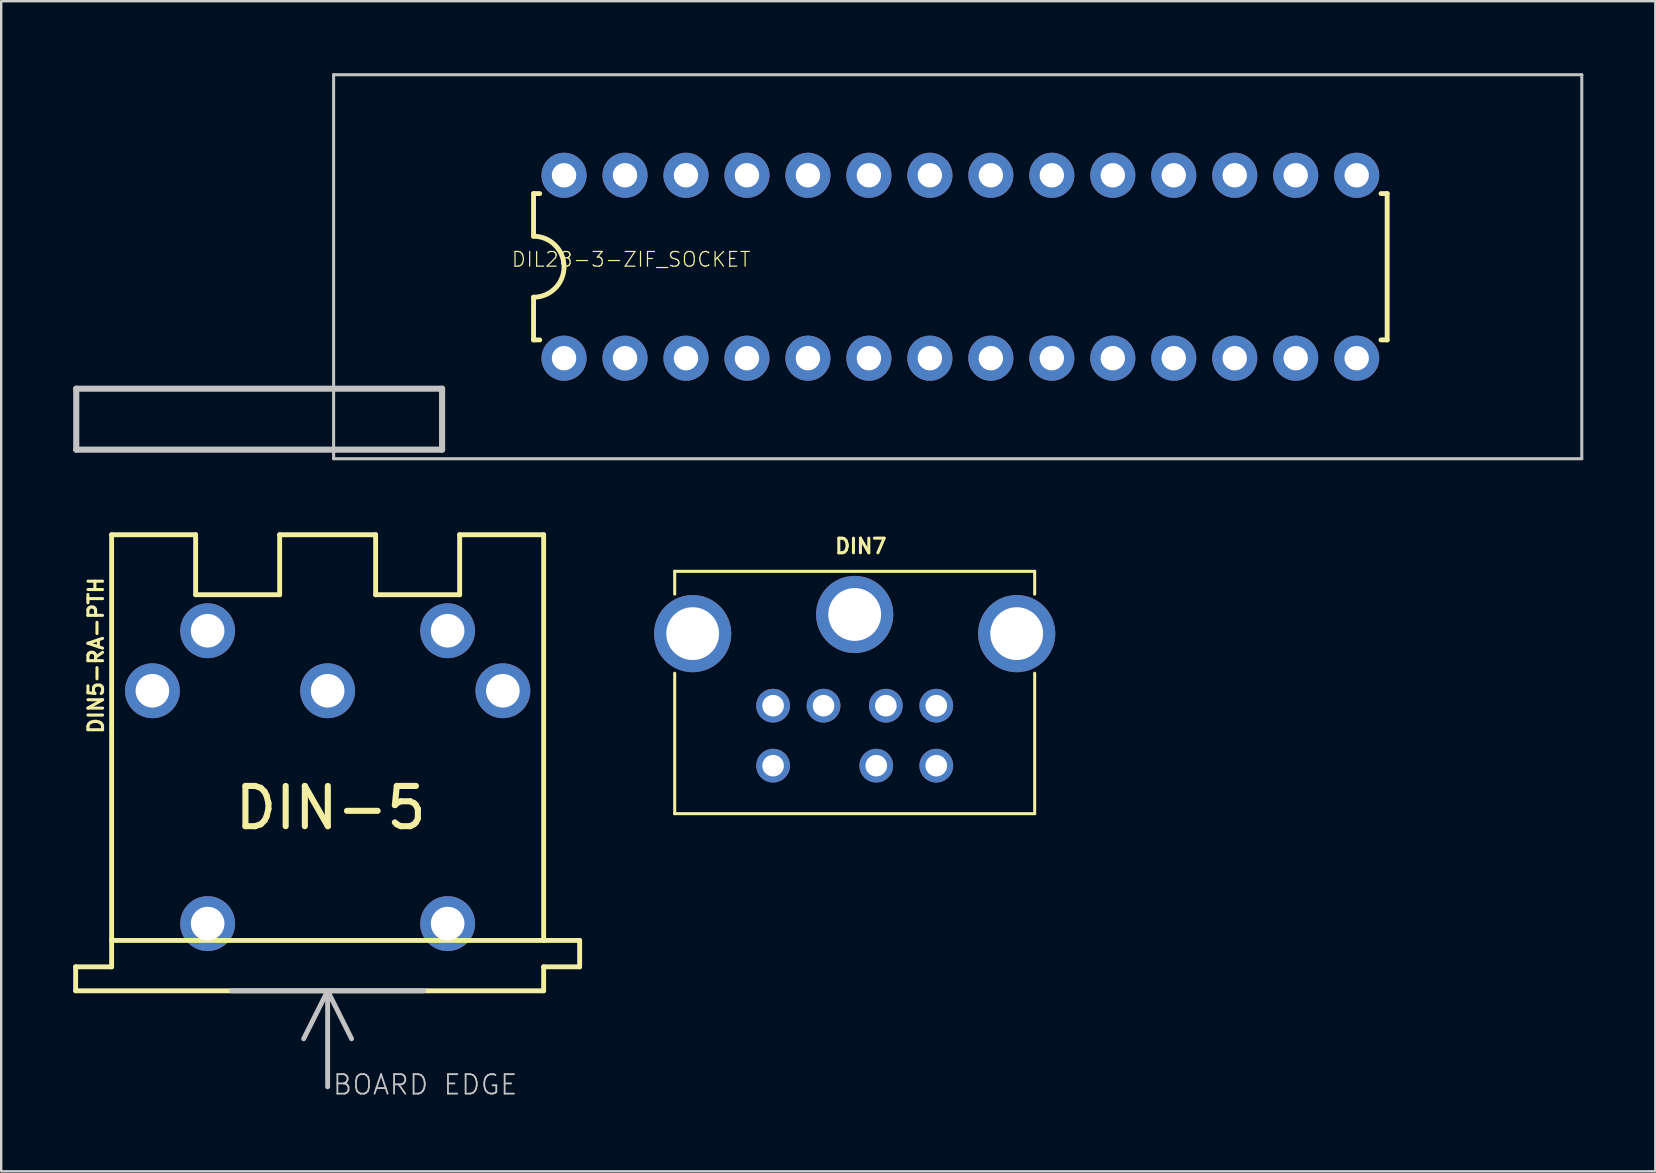
<source format=kicad_pcb>
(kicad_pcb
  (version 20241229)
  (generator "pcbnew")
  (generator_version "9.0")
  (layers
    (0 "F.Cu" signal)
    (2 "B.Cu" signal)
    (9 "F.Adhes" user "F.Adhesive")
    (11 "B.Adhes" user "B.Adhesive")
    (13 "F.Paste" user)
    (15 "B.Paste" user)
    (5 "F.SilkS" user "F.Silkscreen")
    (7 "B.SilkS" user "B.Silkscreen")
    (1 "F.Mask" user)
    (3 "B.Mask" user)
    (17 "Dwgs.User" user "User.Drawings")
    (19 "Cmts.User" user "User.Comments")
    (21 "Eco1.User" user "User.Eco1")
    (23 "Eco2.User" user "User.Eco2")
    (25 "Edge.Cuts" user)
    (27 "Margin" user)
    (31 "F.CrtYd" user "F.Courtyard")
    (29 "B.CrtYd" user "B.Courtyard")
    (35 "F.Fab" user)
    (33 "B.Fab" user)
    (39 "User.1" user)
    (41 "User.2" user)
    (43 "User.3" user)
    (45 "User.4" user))
  (footprint "DIL28-3-ZIF_SOCKET"
    (layer "F.Cu")
    (at 36.957 8.062)
    (property "Reference" "DIL28-3-ZIF_SOCKET" (at -13.716 -0.305 0) (layer "F.SilkS") (effects (font (size 0.61 0.61) (thickness 0.051))))
    (attr exclude_from_pos_files exclude_from_bom)
    (fp_line (start -17.78 -3.048) (end -17.78 -1.27) (stroke (width 0.203) (type solid)) (layer "F.SilkS"))
    (fp_line (start -17.78 -3.048) (end -17.523 -3.048) (stroke (width 0.203) (type solid)) (layer "F.SilkS"))
    (fp_line (start -17.78 1.27) (end -17.78 3.048) (stroke (width 0.203) (type solid)) (layer "F.SilkS"))
    (fp_line (start -17.78 3.048) (end -17.523 3.048) (stroke (width 0.203) (type solid)) (layer "F.SilkS"))
    (fp_line (start 17.78 -3.048) (end 17.523 -3.048) (stroke (width 0.203) (type solid)) (layer "F.SilkS"))
    (fp_line (start 17.78 3.048) (end 17.523 3.048) (stroke (width 0.203) (type solid)) (layer "F.SilkS"))
    (fp_line (start 17.78 3.048) (end 17.78 -3.048) (stroke (width 0.203) (type solid)) (layer "F.SilkS"))
    (fp_arc (start -17.78 -1.27) (mid -16.51 0) (end -17.78 1.27) (stroke (width 0.2032) (type solid)) (layer "F.SilkS"))
    (fp_line (start -36.83 5.08) (end -36.83 7.62) (stroke (width 0.254) (type solid)) (layer "Dwgs.User"))
    (fp_line (start -36.83 7.62) (end -21.59 7.62) (stroke (width 0.254) (type solid)) (layer "Dwgs.User"))
    (fp_line (start -26.109 -7.998) (end -26.109 7.998) (stroke (width 0.127) (type solid)) (layer "Dwgs.User"))
    (fp_line (start -26.109 7.998) (end 25.888 7.998) (stroke (width 0.127) (type solid)) (layer "Dwgs.User"))
    (fp_line (start -21.59 5.08) (end -36.83 5.08) (stroke (width 0.254) (type solid)) (layer "Dwgs.User"))
    (fp_line (start -21.59 7.62) (end -21.59 5.08) (stroke (width 0.254) (type solid)) (layer "Dwgs.User"))
    (fp_line (start 25.888 -7.998) (end -26.109 -7.998) (stroke (width 0.127) (type solid)) (layer "Dwgs.User"))
    (fp_line (start 25.888 7.998) (end 25.888 -7.998) (stroke (width 0.127) (type solid)) (layer "Dwgs.User"))
    (pad "1" thru_hole circle (at -16.51 3.81) (size 1.88 1.88) (drill 1.016) (layers "*.Cu" "*.Paste" "*.Mask"))
    (pad "2" thru_hole circle (at -13.97 3.81) (size 1.88 1.88) (drill 1.016) (layers "*.Cu" "*.Paste" "*.Mask"))
    (pad "3" thru_hole circle (at -11.43 3.81) (size 1.88 1.88) (drill 1.016) (layers "*.Cu" "*.Paste" "*.Mask"))
    (pad "4" thru_hole circle (at -8.89 3.81) (size 1.88 1.88) (drill 1.016) (layers "*.Cu" "*.Paste" "*.Mask"))
    (pad "5" thru_hole circle (at -6.35 3.81) (size 1.88 1.88) (drill 1.016) (layers "*.Cu" "*.Paste" "*.Mask"))
    (pad "6" thru_hole circle (at -3.81 3.81) (size 1.88 1.88) (drill 1.016) (layers "*.Cu" "*.Paste" "*.Mask"))
    (pad "7" thru_hole circle (at -1.27 3.81) (size 1.88 1.88) (drill 1.016) (layers "*.Cu" "*.Paste" "*.Mask"))
    (pad "8" thru_hole circle (at 1.27 3.81) (size 1.88 1.88) (drill 1.016) (layers "*.Cu" "*.Paste" "*.Mask"))
    (pad "9" thru_hole circle (at 3.81 3.81) (size 1.88 1.88) (drill 1.016) (layers "*.Cu" "*.Paste" "*.Mask"))
    (pad "10" thru_hole circle (at 6.35 3.81) (size 1.88 1.88) (drill 1.016) (layers "*.Cu" "*.Paste" "*.Mask"))
    (pad "11" thru_hole circle (at 8.89 3.81) (size 1.88 1.88) (drill 1.016) (layers "*.Cu" "*.Paste" "*.Mask"))
    (pad "12" thru_hole circle (at 11.43 3.81) (size 1.88 1.88) (drill 1.016) (layers "*.Cu" "*.Paste" "*.Mask"))
    (pad "13" thru_hole circle (at 13.97 3.81) (size 1.88 1.88) (drill 1.016) (layers "*.Cu" "*.Paste" "*.Mask"))
    (pad "14" thru_hole circle (at 16.51 3.81) (size 1.88 1.88) (drill 1.016) (layers "*.Cu" "*.Paste" "*.Mask"))
    (pad "15" thru_hole circle (at 16.51 -3.81) (size 1.88 1.88) (drill 1.016) (layers "*.Cu" "*.Paste" "*.Mask"))
    (pad "16" thru_hole circle (at 13.97 -3.81) (size 1.88 1.88) (drill 1.016) (layers "*.Cu" "*.Paste" "*.Mask"))
    (pad "17" thru_hole circle (at 11.43 -3.81) (size 1.88 1.88) (drill 1.016) (layers "*.Cu" "*.Paste" "*.Mask"))
    (pad "18" thru_hole circle (at 8.89 -3.81) (size 1.88 1.88) (drill 1.016) (layers "*.Cu" "*.Paste" "*.Mask"))
    (pad "19" thru_hole circle (at 6.35 -3.81) (size 1.88 1.88) (drill 1.016) (layers "*.Cu" "*.Paste" "*.Mask"))
    (pad "20" thru_hole circle (at 3.81 -3.81) (size 1.88 1.88) (drill 1.016) (layers "*.Cu" "*.Paste" "*.Mask"))
    (pad "21" thru_hole circle (at 1.27 -3.81) (size 1.88 1.88) (drill 1.016) (layers "*.Cu" "*.Paste" "*.Mask"))
    (pad "22" thru_hole circle (at -1.27 -3.81) (size 1.88 1.88) (drill 1.016) (layers "*.Cu" "*.Paste" "*.Mask"))
    (pad "23" thru_hole circle (at -3.81 -3.81) (size 1.88 1.88) (drill 1.016) (layers "*.Cu" "*.Paste" "*.Mask"))
    (pad "24" thru_hole circle (at -6.35 -3.81) (size 1.88 1.88) (drill 1.016) (layers "*.Cu" "*.Paste" "*.Mask"))
    (pad "25" thru_hole circle (at -8.89 -3.81) (size 1.88 1.88) (drill 1.016) (layers "*.Cu" "*.Paste" "*.Mask"))
    (pad "26" thru_hole circle (at -11.43 -3.81) (size 1.88 1.88) (drill 1.016) (layers "*.Cu" "*.Paste" "*.Mask"))
    (pad "27" thru_hole circle (at -13.97 -3.81) (size 1.88 1.88) (drill 1.016) (layers "*.Cu" "*.Paste" "*.Mask"))
    (pad "28" thru_hole circle (at -16.51 -3.81) (size 1.88 1.88) (drill 1.016) (layers "*.Cu" "*.Paste" "*.Mask")))
  (footprint "DIN7"
    (layer "F.Cu")
    (at 32.555 22.548)
    (property "Reference" "DIN7" (at 0.254 -2.845 0) (layer "F.SilkS") (effects (font (size 0.61 0.61) (thickness 0.127))))
    (attr exclude_from_pos_files exclude_from_bom)
    (fp_line (start -7.498 -1.798) (end -7.498 -0.848) (stroke (width 0.127) (type solid)) (layer "F.SilkS"))
    (fp_line (start -7.498 -1.798) (end 7.498 -1.798) (stroke (width 0.127) (type solid)) (layer "F.SilkS"))
    (fp_line (start -7.498 8.298) (end -7.498 2.449) (stroke (width 0.127) (type solid)) (layer "F.SilkS"))
    (fp_line (start -7.498 8.298) (end 7.498 8.298) (stroke (width 0.127) (type solid)) (layer "F.SilkS"))
    (fp_line (start 7.498 -1.798) (end 7.498 -0.848) (stroke (width 0.127) (type solid)) (layer "F.SilkS"))
    (fp_line (start 7.498 8.298) (end 7.498 2.449) (stroke (width 0.127) (type solid)) (layer "F.SilkS"))
    (pad "1" thru_hole circle (at 1.298 3.8) (size 1.407 1.407) (drill 0.899) (layers "*.Cu" "*.Paste" "*.Mask"))
    (pad "2" thru_hole circle (at -1.298 3.8) (size 1.407 1.407) (drill 0.899) (layers "*.Cu" "*.Paste" "*.Mask"))
    (pad "3" thru_hole circle (at -3.399 3.8) (size 1.407 1.407) (drill 0.899) (layers "*.Cu" "*.Paste" "*.Mask"))
    (pad "4" thru_hole circle (at 3.399 3.8) (size 1.407 1.407) (drill 0.899) (layers "*.Cu" "*.Paste" "*.Mask"))
    (pad "5" thru_hole circle (at -3.399 6.299) (size 1.407 1.407) (drill 0.899) (layers "*.Cu" "*.Paste" "*.Mask"))
    (pad "6" thru_hole circle (at 0.899 6.299) (size 1.407 1.407) (drill 0.899) (layers "*.Cu" "*.Paste" "*.Mask"))
    (pad "7" thru_hole circle (at 3.399 6.299) (size 1.407 1.407) (drill 0.899) (layers "*.Cu" "*.Paste" "*.Mask"))
    (pad "P$1" thru_hole circle (at 0 0) (size 3.216 3.216) (drill 2.2) (layers "*.Cu" "*.Paste" "*.Mask"))
    (pad "P$2" thru_hole circle (at -6.749 0.798) (size 3.216 3.216) (drill 2.2) (layers "*.Cu" "*.Paste" "*.Mask"))
    (pad "P$3" thru_hole circle (at 6.749 0.798) (size 3.216 3.216) (drill 2.2) (layers "*.Cu" "*.Paste" "*.Mask")))
  (footprint "DIN5-RA-PTH"
    (layer "F.Cu")
    (at 10.599 38.225)
    (property "Reference" "DIN5-RA-PTH" (at -9.652 -13.97 90) (layer "F.SilkS") (effects (font (size 0.61 0.61) (thickness 0.127))))
    (attr exclude_from_pos_files exclude_from_bom)
    (fp_line (start -10.498 -0.998) (end -10.498 0) (stroke (width 0.203) (type solid)) (layer "F.SilkS"))
    (fp_line (start -10.498 0) (end 8.999 0) (stroke (width 0.203) (type solid)) (layer "F.SilkS"))
    (fp_line (start -8.999 -18.999) (end -8.999 -2.098) (stroke (width 0.203) (type solid)) (layer "F.SilkS"))
    (fp_line (start -8.999 -2.098) (end 8.999 -2.098) (stroke (width 0.203) (type solid)) (layer "F.SilkS"))
    (fp_line (start -8.999 -1.999) (end -8.999 -0.998) (stroke (width 0.203) (type solid)) (layer "F.SilkS"))
    (fp_line (start -8.999 -0.998) (end -10.498 -0.998) (stroke (width 0.203) (type solid)) (layer "F.SilkS"))
    (fp_line (start -5.499 -18.999) (end -8.999 -18.999) (stroke (width 0.203) (type solid)) (layer "F.SilkS"))
    (fp_line (start -5.499 -18.999) (end -5.499 -16.5) (stroke (width 0.203) (type solid)) (layer "F.SilkS"))
    (fp_line (start -1.999 -18.999) (end -1.999 -16.5) (stroke (width 0.203) (type solid)) (layer "F.SilkS"))
    (fp_line (start -1.999 -16.5) (end -5.499 -16.5) (stroke (width 0.203) (type solid)) (layer "F.SilkS"))
    (fp_line (start 1.999 -18.999) (end -1.999 -18.999) (stroke (width 0.203) (type solid)) (layer "F.SilkS"))
    (fp_line (start 1.999 -18.999) (end 1.999 -16.5) (stroke (width 0.203) (type solid)) (layer "F.SilkS"))
    (fp_line (start 5.499 -18.999) (end 5.499 -16.5) (stroke (width 0.203) (type solid)) (layer "F.SilkS"))
    (fp_line (start 5.499 -16.5) (end 1.999 -16.5) (stroke (width 0.203) (type solid)) (layer "F.SilkS"))
    (fp_line (start 8.999 -18.999) (end 5.499 -18.999) (stroke (width 0.203) (type solid)) (layer "F.SilkS"))
    (fp_line (start 8.999 -2.098) (end 8.999 -18.999) (stroke (width 0.203) (type solid)) (layer "F.SilkS"))
    (fp_line (start 8.999 -0.998) (end 10.498 -0.998) (stroke (width 0.203) (type solid)) (layer "F.SilkS"))
    (fp_line (start 8.999 0) (end 8.999 -0.998) (stroke (width 0.203) (type solid)) (layer "F.SilkS"))
    (fp_line (start 10.498 -2.098) (end 8.999 -2.098) (stroke (width 0.203) (type solid)) (layer "F.SilkS"))
    (fp_line (start 10.498 -0.998) (end 10.498 -2.098) (stroke (width 0.203) (type solid)) (layer "F.SilkS"))
    (fp_line (start -3.998 0) (end 0 0) (stroke (width 0.203) (type solid)) (layer "Dwgs.User"))
    (fp_line (start -0.998 1.999) (end 0 0) (stroke (width 0.203) (type solid)) (layer "Dwgs.User"))
    (fp_line (start 0 0) (end 3.998 0) (stroke (width 0.203) (type solid)) (layer "Dwgs.User"))
    (fp_line (start 0 3.998) (end 0 0) (stroke (width 0.203) (type solid)) (layer "Dwgs.User"))
    (fp_line (start 0.998 1.999) (end 0 0) (stroke (width 0.203) (type solid)) (layer "Dwgs.User"))
    (fp_text user "DIN-5" (at 0.127 -7.62 0) (layer "F.SilkS") (effects (font (size 1.676 1.676) (thickness 0.254))))
    (fp_text user "BOARD EDGE" (at 4.064 3.912 0) (layer "Dwgs.User") (effects (font (size 0.813 0.813) (thickness 0.076))))
    (pad "1" thru_hole circle (at 7.3 -12.499) (size 2.286 2.286) (drill 1.4) (layers "*.Cu" "*.Paste" "*.Mask"))
    (pad "2" thru_hole circle (at 0 -12.499) (size 2.286 2.286) (drill 1.4) (layers "*.Cu" "*.Paste" "*.Mask"))
    (pad "3" thru_hole circle (at -7.3 -12.499) (size 2.286 2.286) (drill 1.4) (layers "*.Cu" "*.Paste" "*.Mask"))
    (pad "4" thru_hole circle (at 4.999 -14.999) (size 2.286 2.286) (drill 1.4) (layers "*.Cu" "*.Paste" "*.Mask"))
    (pad "5" thru_hole circle (at -4.999 -14.999) (size 2.286 2.286) (drill 1.4) (layers "*.Cu" "*.Paste" "*.Mask"))
    (pad "6" thru_hole circle (at -4.999 -2.799) (size 2.286 2.286) (drill 1.4) (layers "*.Cu" "*.Paste" "*.Mask"))
    (pad "7" thru_hole circle (at 4.999 -2.799) (size 2.286 2.286) (drill 1.4) (layers "*.Cu" "*.Paste" "*.Mask")))
  (gr_rect
    (start -3 -3)
    (end 65.908 45.746)
    (stroke (width 0.1) (type default))
    (fill no)
    (layer "Edge.Cuts")))
</source>
